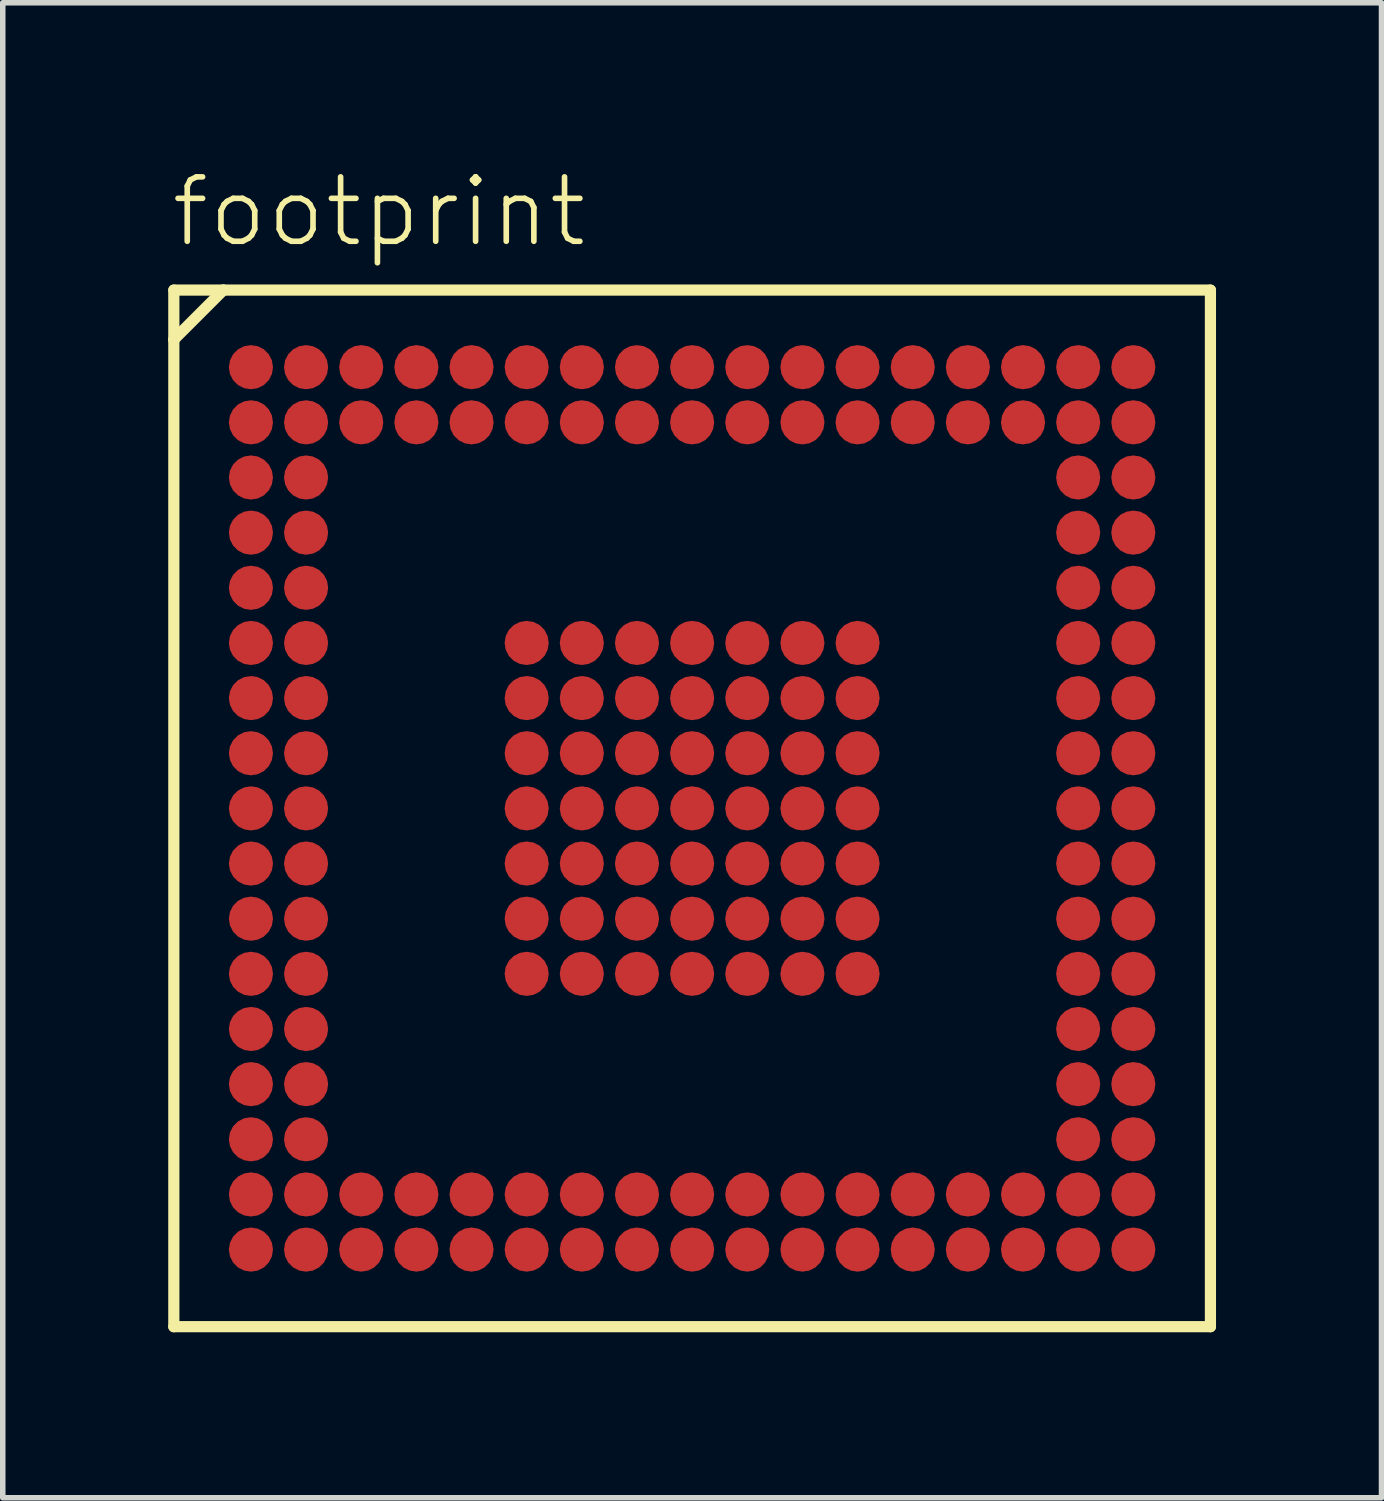
<source format=kicad_pcb>
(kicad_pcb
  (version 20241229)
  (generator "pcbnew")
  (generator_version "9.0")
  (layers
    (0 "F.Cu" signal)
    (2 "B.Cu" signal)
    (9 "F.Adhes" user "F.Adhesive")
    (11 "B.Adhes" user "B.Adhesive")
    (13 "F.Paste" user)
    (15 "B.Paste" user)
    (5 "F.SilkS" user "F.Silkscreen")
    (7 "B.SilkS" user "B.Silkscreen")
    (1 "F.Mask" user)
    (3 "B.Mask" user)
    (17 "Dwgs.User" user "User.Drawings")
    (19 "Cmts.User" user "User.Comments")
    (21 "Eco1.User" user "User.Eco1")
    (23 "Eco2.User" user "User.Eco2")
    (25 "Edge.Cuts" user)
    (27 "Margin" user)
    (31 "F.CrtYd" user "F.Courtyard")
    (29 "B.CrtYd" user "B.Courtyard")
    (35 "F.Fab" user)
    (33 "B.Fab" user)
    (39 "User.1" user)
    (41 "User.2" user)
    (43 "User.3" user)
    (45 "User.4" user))
  (footprint "footprint"
    (layer "F.Cu")
    (at 9.5 11.608)
    (property "Reference" "footprint" (at -9.5 -10.135 0) (layer "F.SilkS") (effects (font (size 1.168 1.168) (thickness 0.102)) (justify left bottom)))
    (fp_circle (center -8 -8) (end -7.825 -8) (stroke (width 0.35) (type solid)) (fill yes) (layer "F.Mask"))
    (fp_circle (center -8 -7) (end -7.825 -7) (stroke (width 0.35) (type solid)) (fill yes) (layer "F.Mask"))
    (fp_circle (center -8 -6) (end -7.825 -6) (stroke (width 0.35) (type solid)) (fill yes) (layer "F.Mask"))
    (fp_circle (center -8 -5) (end -7.825 -5) (stroke (width 0.35) (type solid)) (fill yes) (layer "F.Mask"))
    (fp_circle (center -8 -4) (end -7.825 -4) (stroke (width 0.35) (type solid)) (fill yes) (layer "F.Mask"))
    (fp_circle (center -8 -3) (end -7.825 -3) (stroke (width 0.35) (type solid)) (fill yes) (layer "F.Mask"))
    (fp_circle (center -8 -2) (end -7.825 -2) (stroke (width 0.35) (type solid)) (fill yes) (layer "F.Mask"))
    (fp_circle (center -8 -1) (end -7.825 -1) (stroke (width 0.35) (type solid)) (fill yes) (layer "F.Mask"))
    (fp_circle (center -8 0) (end -7.825 0) (stroke (width 0.35) (type solid)) (fill yes) (layer "F.Mask"))
    (fp_circle (center -8 1) (end -7.825 1) (stroke (width 0.35) (type solid)) (fill yes) (layer "F.Mask"))
    (fp_circle (center -8 2) (end -7.825 2) (stroke (width 0.35) (type solid)) (fill yes) (layer "F.Mask"))
    (fp_circle (center -8 3) (end -7.825 3) (stroke (width 0.35) (type solid)) (fill yes) (layer "F.Mask"))
    (fp_circle (center -8 4) (end -7.825 4) (stroke (width 0.35) (type solid)) (fill yes) (layer "F.Mask"))
    (fp_circle (center -8 5) (end -7.825 5) (stroke (width 0.35) (type solid)) (fill yes) (layer "F.Mask"))
    (fp_circle (center -8 6) (end -7.825 6) (stroke (width 0.35) (type solid)) (fill yes) (layer "F.Mask"))
    (fp_circle (center -8 7) (end -7.825 7) (stroke (width 0.35) (type solid)) (fill yes) (layer "F.Mask"))
    (fp_circle (center -8 8) (end -7.825 8) (stroke (width 0.35) (type solid)) (fill yes) (layer "F.Mask"))
    (fp_circle (center -7 -8) (end -6.825 -8) (stroke (width 0.35) (type solid)) (fill yes) (layer "F.Mask"))
    (fp_circle (center -7 -7) (end -6.825 -7) (stroke (width 0.35) (type solid)) (fill yes) (layer "F.Mask"))
    (fp_circle (center -7 -6) (end -6.825 -6) (stroke (width 0.35) (type solid)) (fill yes) (layer "F.Mask"))
    (fp_circle (center -7 -5) (end -6.825 -5) (stroke (width 0.35) (type solid)) (fill yes) (layer "F.Mask"))
    (fp_circle (center -7 -4) (end -6.825 -4) (stroke (width 0.35) (type solid)) (fill yes) (layer "F.Mask"))
    (fp_circle (center -7 -3) (end -6.825 -3) (stroke (width 0.35) (type solid)) (fill yes) (layer "F.Mask"))
    (fp_circle (center -7 -2) (end -6.825 -2) (stroke (width 0.35) (type solid)) (fill yes) (layer "F.Mask"))
    (fp_circle (center -7 -1) (end -6.825 -1) (stroke (width 0.35) (type solid)) (fill yes) (layer "F.Mask"))
    (fp_circle (center -7 0) (end -6.825 0) (stroke (width 0.35) (type solid)) (fill yes) (layer "F.Mask"))
    (fp_circle (center -7 1) (end -6.825 1) (stroke (width 0.35) (type solid)) (fill yes) (layer "F.Mask"))
    (fp_circle (center -7 2) (end -6.825 2) (stroke (width 0.35) (type solid)) (fill yes) (layer "F.Mask"))
    (fp_circle (center -7 3) (end -6.825 3) (stroke (width 0.35) (type solid)) (fill yes) (layer "F.Mask"))
    (fp_circle (center -7 4) (end -6.825 4) (stroke (width 0.35) (type solid)) (fill yes) (layer "F.Mask"))
    (fp_circle (center -7 5) (end -6.825 5) (stroke (width 0.35) (type solid)) (fill yes) (layer "F.Mask"))
    (fp_circle (center -7 6) (end -6.825 6) (stroke (width 0.35) (type solid)) (fill yes) (layer "F.Mask"))
    (fp_circle (center -7 7) (end -6.825 7) (stroke (width 0.35) (type solid)) (fill yes) (layer "F.Mask"))
    (fp_circle (center -7 8) (end -6.825 8) (stroke (width 0.35) (type solid)) (fill yes) (layer "F.Mask"))
    (fp_circle (center -6 -8) (end -5.825 -8) (stroke (width 0.35) (type solid)) (fill yes) (layer "F.Mask"))
    (fp_circle (center -6 -7) (end -5.825 -7) (stroke (width 0.35) (type solid)) (fill yes) (layer "F.Mask"))
    (fp_circle (center -6 7) (end -5.825 7) (stroke (width 0.35) (type solid)) (fill yes) (layer "F.Mask"))
    (fp_circle (center -6 8) (end -5.825 8) (stroke (width 0.35) (type solid)) (fill yes) (layer "F.Mask"))
    (fp_circle (center -5 -8) (end -4.825 -8) (stroke (width 0.35) (type solid)) (fill yes) (layer "F.Mask"))
    (fp_circle (center -5 -7) (end -4.825 -7) (stroke (width 0.35) (type solid)) (fill yes) (layer "F.Mask"))
    (fp_circle (center -5 7) (end -4.825 7) (stroke (width 0.35) (type solid)) (fill yes) (layer "F.Mask"))
    (fp_circle (center -5 8) (end -4.825 8) (stroke (width 0.35) (type solid)) (fill yes) (layer "F.Mask"))
    (fp_circle (center -4 -8) (end -3.825 -8) (stroke (width 0.35) (type solid)) (fill yes) (layer "F.Mask"))
    (fp_circle (center -4 -7) (end -3.825 -7) (stroke (width 0.35) (type solid)) (fill yes) (layer "F.Mask"))
    (fp_circle (center -4 7) (end -3.825 7) (stroke (width 0.35) (type solid)) (fill yes) (layer "F.Mask"))
    (fp_circle (center -4 8) (end -3.825 8) (stroke (width 0.35) (type solid)) (fill yes) (layer "F.Mask"))
    (fp_circle (center -3 -8) (end -2.825 -8) (stroke (width 0.35) (type solid)) (fill yes) (layer "F.Mask"))
    (fp_circle (center -3 -7) (end -2.825 -7) (stroke (width 0.35) (type solid)) (fill yes) (layer "F.Mask"))
    (fp_circle (center -3 -3) (end -2.825 -3) (stroke (width 0.35) (type solid)) (fill yes) (layer "F.Mask"))
    (fp_circle (center -3 -2) (end -2.825 -2) (stroke (width 0.35) (type solid)) (fill yes) (layer "F.Mask"))
    (fp_circle (center -3 -1) (end -2.825 -1) (stroke (width 0.35) (type solid)) (fill yes) (layer "F.Mask"))
    (fp_circle (center -3 0) (end -2.825 0) (stroke (width 0.35) (type solid)) (fill yes) (layer "F.Mask"))
    (fp_circle (center -3 1) (end -2.825 1) (stroke (width 0.35) (type solid)) (fill yes) (layer "F.Mask"))
    (fp_circle (center -3 2) (end -2.825 2) (stroke (width 0.35) (type solid)) (fill yes) (layer "F.Mask"))
    (fp_circle (center -3 3) (end -2.825 3) (stroke (width 0.35) (type solid)) (fill yes) (layer "F.Mask"))
    (fp_circle (center -3 7) (end -2.825 7) (stroke (width 0.35) (type solid)) (fill yes) (layer "F.Mask"))
    (fp_circle (center -3 8) (end -2.825 8) (stroke (width 0.35) (type solid)) (fill yes) (layer "F.Mask"))
    (fp_circle (center -2 -8) (end -1.825 -8) (stroke (width 0.35) (type solid)) (fill yes) (layer "F.Mask"))
    (fp_circle (center -2 -7) (end -1.825 -7) (stroke (width 0.35) (type solid)) (fill yes) (layer "F.Mask"))
    (fp_circle (center -2 -3) (end -1.825 -3) (stroke (width 0.35) (type solid)) (fill yes) (layer "F.Mask"))
    (fp_circle (center -2 -2) (end -1.825 -2) (stroke (width 0.35) (type solid)) (fill yes) (layer "F.Mask"))
    (fp_circle (center -2 -1) (end -1.825 -1) (stroke (width 0.35) (type solid)) (fill yes) (layer "F.Mask"))
    (fp_circle (center -2 0) (end -1.825 0) (stroke (width 0.35) (type solid)) (fill yes) (layer "F.Mask"))
    (fp_circle (center -2 1) (end -1.825 1) (stroke (width 0.35) (type solid)) (fill yes) (layer "F.Mask"))
    (fp_circle (center -2 2) (end -1.825 2) (stroke (width 0.35) (type solid)) (fill yes) (layer "F.Mask"))
    (fp_circle (center -2 3) (end -1.825 3) (stroke (width 0.35) (type solid)) (fill yes) (layer "F.Mask"))
    (fp_circle (center -2 7) (end -1.825 7) (stroke (width 0.35) (type solid)) (fill yes) (layer "F.Mask"))
    (fp_circle (center -2 8) (end -1.825 8) (stroke (width 0.35) (type solid)) (fill yes) (layer "F.Mask"))
    (fp_circle (center -1 -8) (end -0.825 -8) (stroke (width 0.35) (type solid)) (fill yes) (layer "F.Mask"))
    (fp_circle (center -1 -7) (end -0.825 -7) (stroke (width 0.35) (type solid)) (fill yes) (layer "F.Mask"))
    (fp_circle (center -1 -3) (end -0.825 -3) (stroke (width 0.35) (type solid)) (fill yes) (layer "F.Mask"))
    (fp_circle (center -1 -2) (end -0.825 -2) (stroke (width 0.35) (type solid)) (fill yes) (layer "F.Mask"))
    (fp_circle (center -1 -1) (end -0.825 -1) (stroke (width 0.35) (type solid)) (fill yes) (layer "F.Mask"))
    (fp_circle (center -1 0) (end -0.825 0) (stroke (width 0.35) (type solid)) (fill yes) (layer "F.Mask"))
    (fp_circle (center -1 1) (end -0.825 1) (stroke (width 0.35) (type solid)) (fill yes) (layer "F.Mask"))
    (fp_circle (center -1 2) (end -0.825 2) (stroke (width 0.35) (type solid)) (fill yes) (layer "F.Mask"))
    (fp_circle (center -1 3) (end -0.825 3) (stroke (width 0.35) (type solid)) (fill yes) (layer "F.Mask"))
    (fp_circle (center -1 7) (end -0.825 7) (stroke (width 0.35) (type solid)) (fill yes) (layer "F.Mask"))
    (fp_circle (center -1 8) (end -0.825 8) (stroke (width 0.35) (type solid)) (fill yes) (layer "F.Mask"))
    (fp_circle (center 0 -8) (end 0.175 -8) (stroke (width 0.35) (type solid)) (fill yes) (layer "F.Mask"))
    (fp_circle (center 0 -7) (end 0.175 -7) (stroke (width 0.35) (type solid)) (fill yes) (layer "F.Mask"))
    (fp_circle (center 0 -3) (end 0.175 -3) (stroke (width 0.35) (type solid)) (fill yes) (layer "F.Mask"))
    (fp_circle (center 0 -2) (end 0.175 -2) (stroke (width 0.35) (type solid)) (fill yes) (layer "F.Mask"))
    (fp_circle (center 0 -1) (end 0.175 -1) (stroke (width 0.35) (type solid)) (fill yes) (layer "F.Mask"))
    (fp_circle (center 0 0) (end 0.175 0) (stroke (width 0.35) (type solid)) (fill yes) (layer "F.Mask"))
    (fp_circle (center 0 1) (end 0.175 1) (stroke (width 0.35) (type solid)) (fill yes) (layer "F.Mask"))
    (fp_circle (center 0 2) (end 0.175 2) (stroke (width 0.35) (type solid)) (fill yes) (layer "F.Mask"))
    (fp_circle (center 0 3) (end 0.175 3) (stroke (width 0.35) (type solid)) (fill yes) (layer "F.Mask"))
    (fp_circle (center 0 7) (end 0.175 7) (stroke (width 0.35) (type solid)) (fill yes) (layer "F.Mask"))
    (fp_circle (center 0 8) (end 0.175 8) (stroke (width 0.35) (type solid)) (fill yes) (layer "F.Mask"))
    (fp_circle (center 1 -8) (end 1.175 -8) (stroke (width 0.35) (type solid)) (fill yes) (layer "F.Mask"))
    (fp_circle (center 1 -7) (end 1.175 -7) (stroke (width 0.35) (type solid)) (fill yes) (layer "F.Mask"))
    (fp_circle (center 1 -3) (end 1.175 -3) (stroke (width 0.35) (type solid)) (fill yes) (layer "F.Mask"))
    (fp_circle (center 1 -2) (end 1.175 -2) (stroke (width 0.35) (type solid)) (fill yes) (layer "F.Mask"))
    (fp_circle (center 1 -1) (end 1.175 -1) (stroke (width 0.35) (type solid)) (fill yes) (layer "F.Mask"))
    (fp_circle (center 1 0) (end 1.175 0) (stroke (width 0.35) (type solid)) (fill yes) (layer "F.Mask"))
    (fp_circle (center 1 1) (end 1.175 1) (stroke (width 0.35) (type solid)) (fill yes) (layer "F.Mask"))
    (fp_circle (center 1 2) (end 1.175 2) (stroke (width 0.35) (type solid)) (fill yes) (layer "F.Mask"))
    (fp_circle (center 1 3) (end 1.175 3) (stroke (width 0.35) (type solid)) (fill yes) (layer "F.Mask"))
    (fp_circle (center 1 7) (end 1.175 7) (stroke (width 0.35) (type solid)) (fill yes) (layer "F.Mask"))
    (fp_circle (center 1 8) (end 1.175 8) (stroke (width 0.35) (type solid)) (fill yes) (layer "F.Mask"))
    (fp_circle (center 2 -8) (end 2.175 -8) (stroke (width 0.35) (type solid)) (fill yes) (layer "F.Mask"))
    (fp_circle (center 2 -7) (end 2.175 -7) (stroke (width 0.35) (type solid)) (fill yes) (layer "F.Mask"))
    (fp_circle (center 2 -3) (end 2.175 -3) (stroke (width 0.35) (type solid)) (fill yes) (layer "F.Mask"))
    (fp_circle (center 2 -2) (end 2.175 -2) (stroke (width 0.35) (type solid)) (fill yes) (layer "F.Mask"))
    (fp_circle (center 2 -1) (end 2.175 -1) (stroke (width 0.35) (type solid)) (fill yes) (layer "F.Mask"))
    (fp_circle (center 2 0) (end 2.175 0) (stroke (width 0.35) (type solid)) (fill yes) (layer "F.Mask"))
    (fp_circle (center 2 1) (end 2.175 1) (stroke (width 0.35) (type solid)) (fill yes) (layer "F.Mask"))
    (fp_circle (center 2 2) (end 2.175 2) (stroke (width 0.35) (type solid)) (fill yes) (layer "F.Mask"))
    (fp_circle (center 2 3) (end 2.175 3) (stroke (width 0.35) (type solid)) (fill yes) (layer "F.Mask"))
    (fp_circle (center 2 7) (end 2.175 7) (stroke (width 0.35) (type solid)) (fill yes) (layer "F.Mask"))
    (fp_circle (center 2 8) (end 2.175 8) (stroke (width 0.35) (type solid)) (fill yes) (layer "F.Mask"))
    (fp_circle (center 3 -8) (end 3.175 -8) (stroke (width 0.35) (type solid)) (fill yes) (layer "F.Mask"))
    (fp_circle (center 3 -7) (end 3.175 -7) (stroke (width 0.35) (type solid)) (fill yes) (layer "F.Mask"))
    (fp_circle (center 3 -3) (end 3.175 -3) (stroke (width 0.35) (type solid)) (fill yes) (layer "F.Mask"))
    (fp_circle (center 3 -2) (end 3.175 -2) (stroke (width 0.35) (type solid)) (fill yes) (layer "F.Mask"))
    (fp_circle (center 3 -1) (end 3.175 -1) (stroke (width 0.35) (type solid)) (fill yes) (layer "F.Mask"))
    (fp_circle (center 3 0) (end 3.175 0) (stroke (width 0.35) (type solid)) (fill yes) (layer "F.Mask"))
    (fp_circle (center 3 1) (end 3.175 1) (stroke (width 0.35) (type solid)) (fill yes) (layer "F.Mask"))
    (fp_circle (center 3 2) (end 3.175 2) (stroke (width 0.35) (type solid)) (fill yes) (layer "F.Mask"))
    (fp_circle (center 3 3) (end 3.175 3) (stroke (width 0.35) (type solid)) (fill yes) (layer "F.Mask"))
    (fp_circle (center 3 7) (end 3.175 7) (stroke (width 0.35) (type solid)) (fill yes) (layer "F.Mask"))
    (fp_circle (center 3 8) (end 3.175 8) (stroke (width 0.35) (type solid)) (fill yes) (layer "F.Mask"))
    (fp_circle (center 4 -8) (end 4.175 -8) (stroke (width 0.35) (type solid)) (fill yes) (layer "F.Mask"))
    (fp_circle (center 4 -7) (end 4.175 -7) (stroke (width 0.35) (type solid)) (fill yes) (layer "F.Mask"))
    (fp_circle (center 4 7) (end 4.175 7) (stroke (width 0.35) (type solid)) (fill yes) (layer "F.Mask"))
    (fp_circle (center 4 8) (end 4.175 8) (stroke (width 0.35) (type solid)) (fill yes) (layer "F.Mask"))
    (fp_circle (center 5 -8) (end 5.175 -8) (stroke (width 0.35) (type solid)) (fill yes) (layer "F.Mask"))
    (fp_circle (center 5 -7) (end 5.175 -7) (stroke (width 0.35) (type solid)) (fill yes) (layer "F.Mask"))
    (fp_circle (center 5 7) (end 5.175 7) (stroke (width 0.35) (type solid)) (fill yes) (layer "F.Mask"))
    (fp_circle (center 5 8) (end 5.175 8) (stroke (width 0.35) (type solid)) (fill yes) (layer "F.Mask"))
    (fp_circle (center 6 -8) (end 6.175 -8) (stroke (width 0.35) (type solid)) (fill yes) (layer "F.Mask"))
    (fp_circle (center 6 -7) (end 6.175 -7) (stroke (width 0.35) (type solid)) (fill yes) (layer "F.Mask"))
    (fp_circle (center 6 7) (end 6.175 7) (stroke (width 0.35) (type solid)) (fill yes) (layer "F.Mask"))
    (fp_circle (center 6 8) (end 6.175 8) (stroke (width 0.35) (type solid)) (fill yes) (layer "F.Mask"))
    (fp_circle (center 7 -8) (end 7.175 -8) (stroke (width 0.35) (type solid)) (fill yes) (layer "F.Mask"))
    (fp_circle (center 7 -7) (end 7.175 -7) (stroke (width 0.35) (type solid)) (fill yes) (layer "F.Mask"))
    (fp_circle (center 7 -6) (end 7.175 -6) (stroke (width 0.35) (type solid)) (fill yes) (layer "F.Mask"))
    (fp_circle (center 7 -5) (end 7.175 -5) (stroke (width 0.35) (type solid)) (fill yes) (layer "F.Mask"))
    (fp_circle (center 7 -4) (end 7.175 -4) (stroke (width 0.35) (type solid)) (fill yes) (layer "F.Mask"))
    (fp_circle (center 7 -3) (end 7.175 -3) (stroke (width 0.35) (type solid)) (fill yes) (layer "F.Mask"))
    (fp_circle (center 7 -2) (end 7.175 -2) (stroke (width 0.35) (type solid)) (fill yes) (layer "F.Mask"))
    (fp_circle (center 7 -1) (end 7.175 -1) (stroke (width 0.35) (type solid)) (fill yes) (layer "F.Mask"))
    (fp_circle (center 7 0) (end 7.175 0) (stroke (width 0.35) (type solid)) (fill yes) (layer "F.Mask"))
    (fp_circle (center 7 1) (end 7.175 1) (stroke (width 0.35) (type solid)) (fill yes) (layer "F.Mask"))
    (fp_circle (center 7 2) (end 7.175 2) (stroke (width 0.35) (type solid)) (fill yes) (layer "F.Mask"))
    (fp_circle (center 7 3) (end 7.175 3) (stroke (width 0.35) (type solid)) (fill yes) (layer "F.Mask"))
    (fp_circle (center 7 4) (end 7.175 4) (stroke (width 0.35) (type solid)) (fill yes) (layer "F.Mask"))
    (fp_circle (center 7 5) (end 7.175 5) (stroke (width 0.35) (type solid)) (fill yes) (layer "F.Mask"))
    (fp_circle (center 7 6) (end 7.175 6) (stroke (width 0.35) (type solid)) (fill yes) (layer "F.Mask"))
    (fp_circle (center 7 7) (end 7.175 7) (stroke (width 0.35) (type solid)) (fill yes) (layer "F.Mask"))
    (fp_circle (center 7 8) (end 7.175 8) (stroke (width 0.35) (type solid)) (fill yes) (layer "F.Mask"))
    (fp_circle (center 8 -8) (end 8.175 -8) (stroke (width 0.35) (type solid)) (fill yes) (layer "F.Mask"))
    (fp_circle (center 8 -7) (end 8.175 -7) (stroke (width 0.35) (type solid)) (fill yes) (layer "F.Mask"))
    (fp_circle (center 8 -6) (end 8.175 -6) (stroke (width 0.35) (type solid)) (fill yes) (layer "F.Mask"))
    (fp_circle (center 8 -5) (end 8.175 -5) (stroke (width 0.35) (type solid)) (fill yes) (layer "F.Mask"))
    (fp_circle (center 8 -4) (end 8.175 -4) (stroke (width 0.35) (type solid)) (fill yes) (layer "F.Mask"))
    (fp_circle (center 8 -3) (end 8.175 -3) (stroke (width 0.35) (type solid)) (fill yes) (layer "F.Mask"))
    (fp_circle (center 8 -2) (end 8.175 -2) (stroke (width 0.35) (type solid)) (fill yes) (layer "F.Mask"))
    (fp_circle (center 8 -1) (end 8.175 -1) (stroke (width 0.35) (type solid)) (fill yes) (layer "F.Mask"))
    (fp_circle (center 8 0) (end 8.175 0) (stroke (width 0.35) (type solid)) (fill yes) (layer "F.Mask"))
    (fp_circle (center 8 1) (end 8.175 1) (stroke (width 0.35) (type solid)) (fill yes) (layer "F.Mask"))
    (fp_circle (center 8 2) (end 8.175 2) (stroke (width 0.35) (type solid)) (fill yes) (layer "F.Mask"))
    (fp_circle (center 8 3) (end 8.175 3) (stroke (width 0.35) (type solid)) (fill yes) (layer "F.Mask"))
    (fp_circle (center 8 4) (end 8.175 4) (stroke (width 0.35) (type solid)) (fill yes) (layer "F.Mask"))
    (fp_circle (center 8 5) (end 8.175 5) (stroke (width 0.35) (type solid)) (fill yes) (layer "F.Mask"))
    (fp_circle (center 8 6) (end 8.175 6) (stroke (width 0.35) (type solid)) (fill yes) (layer "F.Mask"))
    (fp_circle (center 8 7) (end 8.175 7) (stroke (width 0.35) (type solid)) (fill yes) (layer "F.Mask"))
    (fp_circle (center 8 8) (end 8.175 8) (stroke (width 0.35) (type solid)) (fill yes) (layer "F.Mask"))
    (fp_line (start -9.398 -9.398) (end -9.398 -8.5) (stroke (width 0.203) (type solid)) (layer "F.SilkS"))
    (fp_line (start -9.398 -8.5) (end -9.398 9.398) (stroke (width 0.203) (type solid)) (layer "F.SilkS"))
    (fp_line (start -9.398 -8.5) (end -8.5 -9.398) (stroke (width 0.203) (type solid)) (layer "F.SilkS"))
    (fp_line (start -9.398 9.398) (end 9.398 9.398) (stroke (width 0.203) (type solid)) (layer "F.SilkS"))
    (fp_line (start -8.5 -9.398) (end -9.398 -9.398) (stroke (width 0.203) (type solid)) (layer "F.SilkS"))
    (fp_line (start 9.398 -9.398) (end -8.5 -9.398) (stroke (width 0.203) (type solid)) (layer "F.SilkS"))
    (fp_line (start 9.398 9.398) (end 9.398 -9.398) (stroke (width 0.203) (type solid)) (layer "F.SilkS"))
    (pad "A1" smd roundrect (at -8 -8) (size 0.8 0.8) (layers "F.Cu") (roundrect_rratio 0.5))
    (pad "A2" smd roundrect (at -7 -8) (size 0.8 0.8) (layers "F.Cu") (roundrect_rratio 0.5))
    (pad "A3" smd roundrect (at -6 -8) (size 0.8 0.8) (layers "F.Cu") (roundrect_rratio 0.5))
    (pad "A4" smd roundrect (at -5 -8) (size 0.8 0.8) (layers "F.Cu") (roundrect_rratio 0.5))
    (pad "A5" smd roundrect (at -4 -8) (size 0.8 0.8) (layers "F.Cu") (roundrect_rratio 0.5))
    (pad "A6" smd roundrect (at -3 -8) (size 0.8 0.8) (layers "F.Cu") (roundrect_rratio 0.5))
    (pad "A7" smd roundrect (at -2 -8) (size 0.8 0.8) (layers "F.Cu") (roundrect_rratio 0.5))
    (pad "A8" smd roundrect (at -1 -8) (size 0.8 0.8) (layers "F.Cu") (roundrect_rratio 0.5))
    (pad "A9" smd roundrect (at 0 -8) (size 0.8 0.8) (layers "F.Cu") (roundrect_rratio 0.5))
    (pad "A10" smd roundrect (at 1 -8) (size 0.8 0.8) (layers "F.Cu") (roundrect_rratio 0.5))
    (pad "A11" smd roundrect (at 2 -8) (size 0.8 0.8) (layers "F.Cu") (roundrect_rratio 0.5))
    (pad "A12" smd roundrect (at 3 -8) (size 0.8 0.8) (layers "F.Cu") (roundrect_rratio 0.5))
    (pad "A13" smd roundrect (at 4 -8) (size 0.8 0.8) (layers "F.Cu") (roundrect_rratio 0.5))
    (pad "A14" smd roundrect (at 5 -8) (size 0.8 0.8) (layers "F.Cu") (roundrect_rratio 0.5))
    (pad "A15" smd roundrect (at 8 -8) (size 0.8 0.8) (layers "F.Cu") (roundrect_rratio 0.5))
    (pad "A16" smd roundrect (at 7 -8) (size 0.8 0.8) (layers "F.Cu") (roundrect_rratio 0.5))
    (pad "A17" smd roundrect (at 6 -8) (size 0.8 0.8) (layers "F.Cu") (roundrect_rratio 0.5))
    (pad "B1" smd roundrect (at -8 -7) (size 0.8 0.8) (layers "F.Cu") (roundrect_rratio 0.5))
    (pad "B2" smd roundrect (at -7 -7) (size 0.8 0.8) (layers "F.Cu") (roundrect_rratio 0.5))
    (pad "B3" smd roundrect (at -6 -7) (size 0.8 0.8) (layers "F.Cu") (roundrect_rratio 0.5))
    (pad "B4" smd roundrect (at -5 -7) (size 0.8 0.8) (layers "F.Cu") (roundrect_rratio 0.5))
    (pad "B5" smd roundrect (at -4 -7) (size 0.8 0.8) (layers "F.Cu") (roundrect_rratio 0.5))
    (pad "B6" smd roundrect (at -3 -7) (size 0.8 0.8) (layers "F.Cu") (roundrect_rratio 0.5))
    (pad "B7" smd roundrect (at -2 -7) (size 0.8 0.8) (layers "F.Cu") (roundrect_rratio 0.5))
    (pad "B8" smd roundrect (at -1 -7) (size 0.8 0.8) (layers "F.Cu") (roundrect_rratio 0.5))
    (pad "B9" smd roundrect (at 0 -7) (size 0.8 0.8) (layers "F.Cu") (roundrect_rratio 0.5))
    (pad "B10" smd roundrect (at 1 -7) (size 0.8 0.8) (layers "F.Cu") (roundrect_rratio 0.5))
    (pad "B11" smd roundrect (at 2 -7) (size 0.8 0.8) (layers "F.Cu") (roundrect_rratio 0.5))
    (pad "B12" smd roundrect (at 3 -7) (size 0.8 0.8) (layers "F.Cu") (roundrect_rratio 0.5))
    (pad "B13" smd roundrect (at 4 -7) (size 0.8 0.8) (layers "F.Cu") (roundrect_rratio 0.5))
    (pad "B14" smd roundrect (at 5 -7) (size 0.8 0.8) (layers "F.Cu") (roundrect_rratio 0.5))
    (pad "B15" smd roundrect (at 8 -7) (size 0.8 0.8) (layers "F.Cu") (roundrect_rratio 0.5))
    (pad "B16" smd roundrect (at 7 -7) (size 0.8 0.8) (layers "F.Cu") (roundrect_rratio 0.5))
    (pad "B17" smd roundrect (at 6 -7) (size 0.8 0.8) (layers "F.Cu") (roundrect_rratio 0.5))
    (pad "C1" smd roundrect (at -8 -6) (size 0.8 0.8) (layers "F.Cu") (roundrect_rratio 0.5))
    (pad "C2" smd roundrect (at -7 -6) (size 0.8 0.8) (layers "F.Cu") (roundrect_rratio 0.5))
    (pad "C15" smd roundrect (at 8 -6) (size 0.8 0.8) (layers "F.Cu") (roundrect_rratio 0.5))
    (pad "C16" smd roundrect (at 7 -6) (size 0.8 0.8) (layers "F.Cu") (roundrect_rratio 0.5))
    (pad "D1" smd roundrect (at -8 -5) (size 0.8 0.8) (layers "F.Cu") (roundrect_rratio 0.5))
    (pad "D2" smd roundrect (at -7 -5) (size 0.8 0.8) (layers "F.Cu") (roundrect_rratio 0.5))
    (pad "D15" smd roundrect (at 8 -5) (size 0.8 0.8) (layers "F.Cu") (roundrect_rratio 0.5))
    (pad "D16" smd roundrect (at 7 -5) (size 0.8 0.8) (layers "F.Cu") (roundrect_rratio 0.5))
    (pad "E1" smd roundrect (at -8 -4) (size 0.8 0.8) (layers "F.Cu") (roundrect_rratio 0.5))
    (pad "E2" smd roundrect (at -7 -4) (size 0.8 0.8) (layers "F.Cu") (roundrect_rratio 0.5))
    (pad "E15" smd roundrect (at 8 -4) (size 0.8 0.8) (layers "F.Cu") (roundrect_rratio 0.5))
    (pad "E16" smd roundrect (at 7 -4) (size 0.8 0.8) (layers "F.Cu") (roundrect_rratio 0.5))
    (pad "F1" smd roundrect (at -8 -3) (size 0.8 0.8) (layers "F.Cu") (roundrect_rratio 0.5))
    (pad "F2" smd roundrect (at -7 -3) (size 0.8 0.8) (layers "F.Cu") (roundrect_rratio 0.5))
    (pad "F6" smd roundrect (at -3 -3) (size 0.8 0.8) (layers "F.Cu") (roundrect_rratio 0.5))
    (pad "F7" smd roundrect (at -2 -3) (size 0.8 0.8) (layers "F.Cu") (roundrect_rratio 0.5))
    (pad "F8" smd roundrect (at -1 -3) (size 0.8 0.8) (layers "F.Cu") (roundrect_rratio 0.5))
    (pad "F9" smd roundrect (at 0 -3) (size 0.8 0.8) (layers "F.Cu") (roundrect_rratio 0.5))
    (pad "F10" smd roundrect (at 1 -3) (size 0.8 0.8) (layers "F.Cu") (roundrect_rratio 0.5))
    (pad "F11" smd roundrect (at 2 -3) (size 0.8 0.8) (layers "F.Cu") (roundrect_rratio 0.5))
    (pad "F12" smd roundrect (at 3 -3) (size 0.8 0.8) (layers "F.Cu") (roundrect_rratio 0.5))
    (pad "F15" smd roundrect (at 8 -3) (size 0.8 0.8) (layers "F.Cu") (roundrect_rratio 0.5))
    (pad "F16" smd roundrect (at 7 -3) (size 0.8 0.8) (layers "F.Cu") (roundrect_rratio 0.5))
    (pad "G1" smd roundrect (at -8 -2) (size 0.8 0.8) (layers "F.Cu") (roundrect_rratio 0.5))
    (pad "G2" smd roundrect (at -7 -2) (size 0.8 0.8) (layers "F.Cu") (roundrect_rratio 0.5))
    (pad "G6" smd roundrect (at -3 -2) (size 0.8 0.8) (layers "F.Cu") (roundrect_rratio 0.5))
    (pad "G7" smd roundrect (at -2 -2) (size 0.8 0.8) (layers "F.Cu") (roundrect_rratio 0.5))
    (pad "G8" smd roundrect (at -1 -2) (size 0.8 0.8) (layers "F.Cu") (roundrect_rratio 0.5))
    (pad "G9" smd roundrect (at 0 -2) (size 0.8 0.8) (layers "F.Cu") (roundrect_rratio 0.5))
    (pad "G10" smd roundrect (at 1 -2) (size 0.8 0.8) (layers "F.Cu") (roundrect_rratio 0.5))
    (pad "G11" smd roundrect (at 2 -2) (size 0.8 0.8) (layers "F.Cu") (roundrect_rratio 0.5))
    (pad "G12" smd roundrect (at 3 -2) (size 0.8 0.8) (layers "F.Cu") (roundrect_rratio 0.5))
    (pad "G15" smd roundrect (at 8 -2) (size 0.8 0.8) (layers "F.Cu") (roundrect_rratio 0.5))
    (pad "G16" smd roundrect (at 7 -2) (size 0.8 0.8) (layers "F.Cu") (roundrect_rratio 0.5))
    (pad "H1" smd roundrect (at -8 -1) (size 0.8 0.8) (layers "F.Cu") (roundrect_rratio 0.5))
    (pad "H2" smd roundrect (at -7 -1) (size 0.8 0.8) (layers "F.Cu") (roundrect_rratio 0.5))
    (pad "H6" smd roundrect (at -3 -1) (size 0.8 0.8) (layers "F.Cu") (roundrect_rratio 0.5))
    (pad "H7" smd roundrect (at -2 -1) (size 0.8 0.8) (layers "F.Cu") (roundrect_rratio 0.5))
    (pad "H8" smd roundrect (at -1 -1) (size 0.8 0.8) (layers "F.Cu") (roundrect_rratio 0.5))
    (pad "H9" smd roundrect (at 0 -1) (size 0.8 0.8) (layers "F.Cu") (roundrect_rratio 0.5))
    (pad "H10" smd roundrect (at 1 -1) (size 0.8 0.8) (layers "F.Cu") (roundrect_rratio 0.5))
    (pad "H11" smd roundrect (at 2 -1) (size 0.8 0.8) (layers "F.Cu") (roundrect_rratio 0.5))
    (pad "H12" smd roundrect (at 3 -1) (size 0.8 0.8) (layers "F.Cu") (roundrect_rratio 0.5))
    (pad "H15" smd roundrect (at 8 -1) (size 0.8 0.8) (layers "F.Cu") (roundrect_rratio 0.5))
    (pad "H16" smd roundrect (at 7 -1) (size 0.8 0.8) (layers "F.Cu") (roundrect_rratio 0.5))
    (pad "J1" smd roundrect (at -8 0) (size 0.8 0.8) (layers "F.Cu") (roundrect_rratio 0.5))
    (pad "J2" smd roundrect (at -7 0) (size 0.8 0.8) (layers "F.Cu") (roundrect_rratio 0.5))
    (pad "J6" smd roundrect (at -3 0) (size 0.8 0.8) (layers "F.Cu") (roundrect_rratio 0.5))
    (pad "J7" smd roundrect (at -2 0) (size 0.8 0.8) (layers "F.Cu") (roundrect_rratio 0.5))
    (pad "J8" smd roundrect (at -1 0) (size 0.8 0.8) (layers "F.Cu") (roundrect_rratio 0.5))
    (pad "J9" smd roundrect (at 0 0) (size 0.8 0.8) (layers "F.Cu") (roundrect_rratio 0.5))
    (pad "J10" smd roundrect (at 1 0) (size 0.8 0.8) (layers "F.Cu") (roundrect_rratio 0.5))
    (pad "J11" smd roundrect (at 2 0) (size 0.8 0.8) (layers "F.Cu") (roundrect_rratio 0.5))
    (pad "J12" smd roundrect (at 3 0) (size 0.8 0.8) (layers "F.Cu") (roundrect_rratio 0.5))
    (pad "J15" smd roundrect (at 8 0) (size 0.8 0.8) (layers "F.Cu") (roundrect_rratio 0.5))
    (pad "J16" smd roundrect (at 7 0) (size 0.8 0.8) (layers "F.Cu") (roundrect_rratio 0.5))
    (pad "K1" smd roundrect (at -8 1) (size 0.8 0.8) (layers "F.Cu") (roundrect_rratio 0.5))
    (pad "K2" smd roundrect (at -7 1) (size 0.8 0.8) (layers "F.Cu") (roundrect_rratio 0.5))
    (pad "K6" smd roundrect (at -3 1) (size 0.8 0.8) (layers "F.Cu") (roundrect_rratio 0.5))
    (pad "K7" smd roundrect (at -2 1) (size 0.8 0.8) (layers "F.Cu") (roundrect_rratio 0.5))
    (pad "K8" smd roundrect (at -1 1) (size 0.8 0.8) (layers "F.Cu") (roundrect_rratio 0.5))
    (pad "K9" smd roundrect (at 0 1) (size 0.8 0.8) (layers "F.Cu") (roundrect_rratio 0.5))
    (pad "K10" smd roundrect (at 1 1) (size 0.8 0.8) (layers "F.Cu") (roundrect_rratio 0.5))
    (pad "K11" smd roundrect (at 2 1) (size 0.8 0.8) (layers "F.Cu") (roundrect_rratio 0.5))
    (pad "K12" smd roundrect (at 3 1) (size 0.8 0.8) (layers "F.Cu") (roundrect_rratio 0.5))
    (pad "K15" smd roundrect (at 8 1) (size 0.8 0.8) (layers "F.Cu") (roundrect_rratio 0.5))
    (pad "K16" smd roundrect (at 7 1) (size 0.8 0.8) (layers "F.Cu") (roundrect_rratio 0.5))
    (pad "L1" smd roundrect (at -8 2) (size 0.8 0.8) (layers "F.Cu") (roundrect_rratio 0.5))
    (pad "L2" smd roundrect (at -7 2) (size 0.8 0.8) (layers "F.Cu") (roundrect_rratio 0.5))
    (pad "L6" smd roundrect (at -3 2) (size 0.8 0.8) (layers "F.Cu") (roundrect_rratio 0.5))
    (pad "L7" smd roundrect (at -2 2) (size 0.8 0.8) (layers "F.Cu") (roundrect_rratio 0.5))
    (pad "L8" smd roundrect (at -1 2) (size 0.8 0.8) (layers "F.Cu") (roundrect_rratio 0.5))
    (pad "L9" smd roundrect (at 0 2) (size 0.8 0.8) (layers "F.Cu") (roundrect_rratio 0.5))
    (pad "L10" smd roundrect (at 1 2) (size 0.8 0.8) (layers "F.Cu") (roundrect_rratio 0.5))
    (pad "L11" smd roundrect (at 2 2) (size 0.8 0.8) (layers "F.Cu") (roundrect_rratio 0.5))
    (pad "L12" smd roundrect (at 3 2) (size 0.8 0.8) (layers "F.Cu") (roundrect_rratio 0.5))
    (pad "L15" smd roundrect (at 8 2) (size 0.8 0.8) (layers "F.Cu") (roundrect_rratio 0.5))
    (pad "L16" smd roundrect (at 7 2) (size 0.8 0.8) (layers "F.Cu") (roundrect_rratio 0.5))
    (pad "M1" smd roundrect (at -8 3) (size 0.8 0.8) (layers "F.Cu") (roundrect_rratio 0.5))
    (pad "M2" smd roundrect (at -7 3) (size 0.8 0.8) (layers "F.Cu") (roundrect_rratio 0.5))
    (pad "M6" smd roundrect (at -3 3) (size 0.8 0.8) (layers "F.Cu") (roundrect_rratio 0.5))
    (pad "M7" smd roundrect (at -2 3) (size 0.8 0.8) (layers "F.Cu") (roundrect_rratio 0.5))
    (pad "M8" smd roundrect (at -1 3) (size 0.8 0.8) (layers "F.Cu") (roundrect_rratio 0.5))
    (pad "M9" smd roundrect (at 0 3) (size 0.8 0.8) (layers "F.Cu") (roundrect_rratio 0.5))
    (pad "M10" smd roundrect (at 1 3) (size 0.8 0.8) (layers "F.Cu") (roundrect_rratio 0.5))
    (pad "M11" smd roundrect (at 2 3) (size 0.8 0.8) (layers "F.Cu") (roundrect_rratio 0.5))
    (pad "M12" smd roundrect (at 3 3) (size 0.8 0.8) (layers "F.Cu") (roundrect_rratio 0.5))
    (pad "M15" smd roundrect (at 8 3) (size 0.8 0.8) (layers "F.Cu") (roundrect_rratio 0.5))
    (pad "M16" smd roundrect (at 7 3) (size 0.8 0.8) (layers "F.Cu") (roundrect_rratio 0.5))
    (pad "N1" smd roundrect (at -8 4) (size 0.8 0.8) (layers "F.Cu") (roundrect_rratio 0.5))
    (pad "N2" smd roundrect (at -7 4) (size 0.8 0.8) (layers "F.Cu") (roundrect_rratio 0.5))
    (pad "N15" smd roundrect (at 8 4) (size 0.8 0.8) (layers "F.Cu") (roundrect_rratio 0.5))
    (pad "N16" smd roundrect (at 7 4) (size 0.8 0.8) (layers "F.Cu") (roundrect_rratio 0.5))
    (pad "P1" smd roundrect (at -8 5) (size 0.8 0.8) (layers "F.Cu") (roundrect_rratio 0.5))
    (pad "P2" smd roundrect (at -7 5) (size 0.8 0.8) (layers "F.Cu") (roundrect_rratio 0.5))
    (pad "P15" smd roundrect (at 8 5) (size 0.8 0.8) (layers "F.Cu") (roundrect_rratio 0.5))
    (pad "P16" smd roundrect (at 7 5) (size 0.8 0.8) (layers "F.Cu") (roundrect_rratio 0.5))
    (pad "R1" smd roundrect (at -8 6) (size 0.8 0.8) (layers "F.Cu") (roundrect_rratio 0.5))
    (pad "R2" smd roundrect (at -7 6) (size 0.8 0.8) (layers "F.Cu") (roundrect_rratio 0.5))
    (pad "R16" smd roundrect (at 7 6) (size 0.8 0.8) (layers "F.Cu") (roundrect_rratio 0.5))
    (pad "R17" smd roundrect (at 8 6) (size 0.8 0.8) (layers "F.Cu") (roundrect_rratio 0.5))
    (pad "T1" smd roundrect (at -8 7) (size 0.8 0.8) (layers "F.Cu") (roundrect_rratio 0.5))
    (pad "T2" smd roundrect (at -7 7) (size 0.8 0.8) (layers "F.Cu") (roundrect_rratio 0.5))
    (pad "T3" smd roundrect (at -6 7) (size 0.8 0.8) (layers "F.Cu") (roundrect_rratio 0.5))
    (pad "T4" smd roundrect (at -5 7) (size 0.8 0.8) (layers "F.Cu") (roundrect_rratio 0.5))
    (pad "T5" smd roundrect (at -4 7) (size 0.8 0.8) (layers "F.Cu") (roundrect_rratio 0.5))
    (pad "T6" smd roundrect (at -3 7) (size 0.8 0.8) (layers "F.Cu") (roundrect_rratio 0.5))
    (pad "T7" smd roundrect (at -2 7) (size 0.8 0.8) (layers "F.Cu") (roundrect_rratio 0.5))
    (pad "T8" smd roundrect (at -1 7) (size 0.8 0.8) (layers "F.Cu") (roundrect_rratio 0.5))
    (pad "T9" smd roundrect (at 0 7) (size 0.8 0.8) (layers "F.Cu") (roundrect_rratio 0.5))
    (pad "T10" smd roundrect (at 1 7) (size 0.8 0.8) (layers "F.Cu") (roundrect_rratio 0.5))
    (pad "T11" smd roundrect (at 2 7) (size 0.8 0.8) (layers "F.Cu") (roundrect_rratio 0.5))
    (pad "T12" smd roundrect (at 3 7) (size 0.8 0.8) (layers "F.Cu") (roundrect_rratio 0.5))
    (pad "T13" smd roundrect (at 4 7) (size 0.8 0.8) (layers "F.Cu") (roundrect_rratio 0.5))
    (pad "T14" smd roundrect (at 5 7) (size 0.8 0.8) (layers "F.Cu") (roundrect_rratio 0.5))
    (pad "T15" smd roundrect (at 6 7) (size 0.8 0.8) (layers "F.Cu") (roundrect_rratio 0.5))
    (pad "T16" smd roundrect (at 7 7) (size 0.8 0.8) (layers "F.Cu") (roundrect_rratio 0.5))
    (pad "T17" smd roundrect (at 8 7) (size 0.8 0.8) (layers "F.Cu") (roundrect_rratio 0.5))
    (pad "U1" smd roundrect (at -8 8) (size 0.8 0.8) (layers "F.Cu") (roundrect_rratio 0.5))
    (pad "U2" smd roundrect (at -7 8) (size 0.8 0.8) (layers "F.Cu") (roundrect_rratio 0.5))
    (pad "U3" smd roundrect (at -6 8) (size 0.8 0.8) (layers "F.Cu") (roundrect_rratio 0.5))
    (pad "U4" smd roundrect (at -5 8) (size 0.8 0.8) (layers "F.Cu") (roundrect_rratio 0.5))
    (pad "U5" smd roundrect (at -4 8) (size 0.8 0.8) (layers "F.Cu") (roundrect_rratio 0.5))
    (pad "U6" smd roundrect (at -3 8) (size 0.8 0.8) (layers "F.Cu") (roundrect_rratio 0.5))
    (pad "U7" smd roundrect (at -2 8) (size 0.8 0.8) (layers "F.Cu") (roundrect_rratio 0.5))
    (pad "U8" smd roundrect (at -1 8) (size 0.8 0.8) (layers "F.Cu") (roundrect_rratio 0.5))
    (pad "U9" smd roundrect (at 0 8) (size 0.8 0.8) (layers "F.Cu") (roundrect_rratio 0.5))
    (pad "U10" smd roundrect (at 1 8) (size 0.8 0.8) (layers "F.Cu") (roundrect_rratio 0.5))
    (pad "U11" smd roundrect (at 2 8) (size 0.8 0.8) (layers "F.Cu") (roundrect_rratio 0.5))
    (pad "U12" smd roundrect (at 3 8) (size 0.8 0.8) (layers "F.Cu") (roundrect_rratio 0.5))
    (pad "U13" smd roundrect (at 4 8) (size 0.8 0.8) (layers "F.Cu") (roundrect_rratio 0.5))
    (pad "U14" smd roundrect (at 5 8) (size 0.8 0.8) (layers "F.Cu") (roundrect_rratio 0.5))
    (pad "U15" smd roundrect (at 6 8) (size 0.8 0.8) (layers "F.Cu") (roundrect_rratio 0.5))
    (pad "U16" smd roundrect (at 7 8) (size 0.8 0.8) (layers "F.Cu") (roundrect_rratio 0.5))
    (pad "U17" smd roundrect (at 8 8) (size 0.8 0.8) (layers "F.Cu") (roundrect_rratio 0.5)))
  (gr_rect
    (start -3 -3)
    (end 22 24.108)
    (stroke (width 0.1) (type default))
    (fill no)
    (layer "Edge.Cuts")))
</source>
